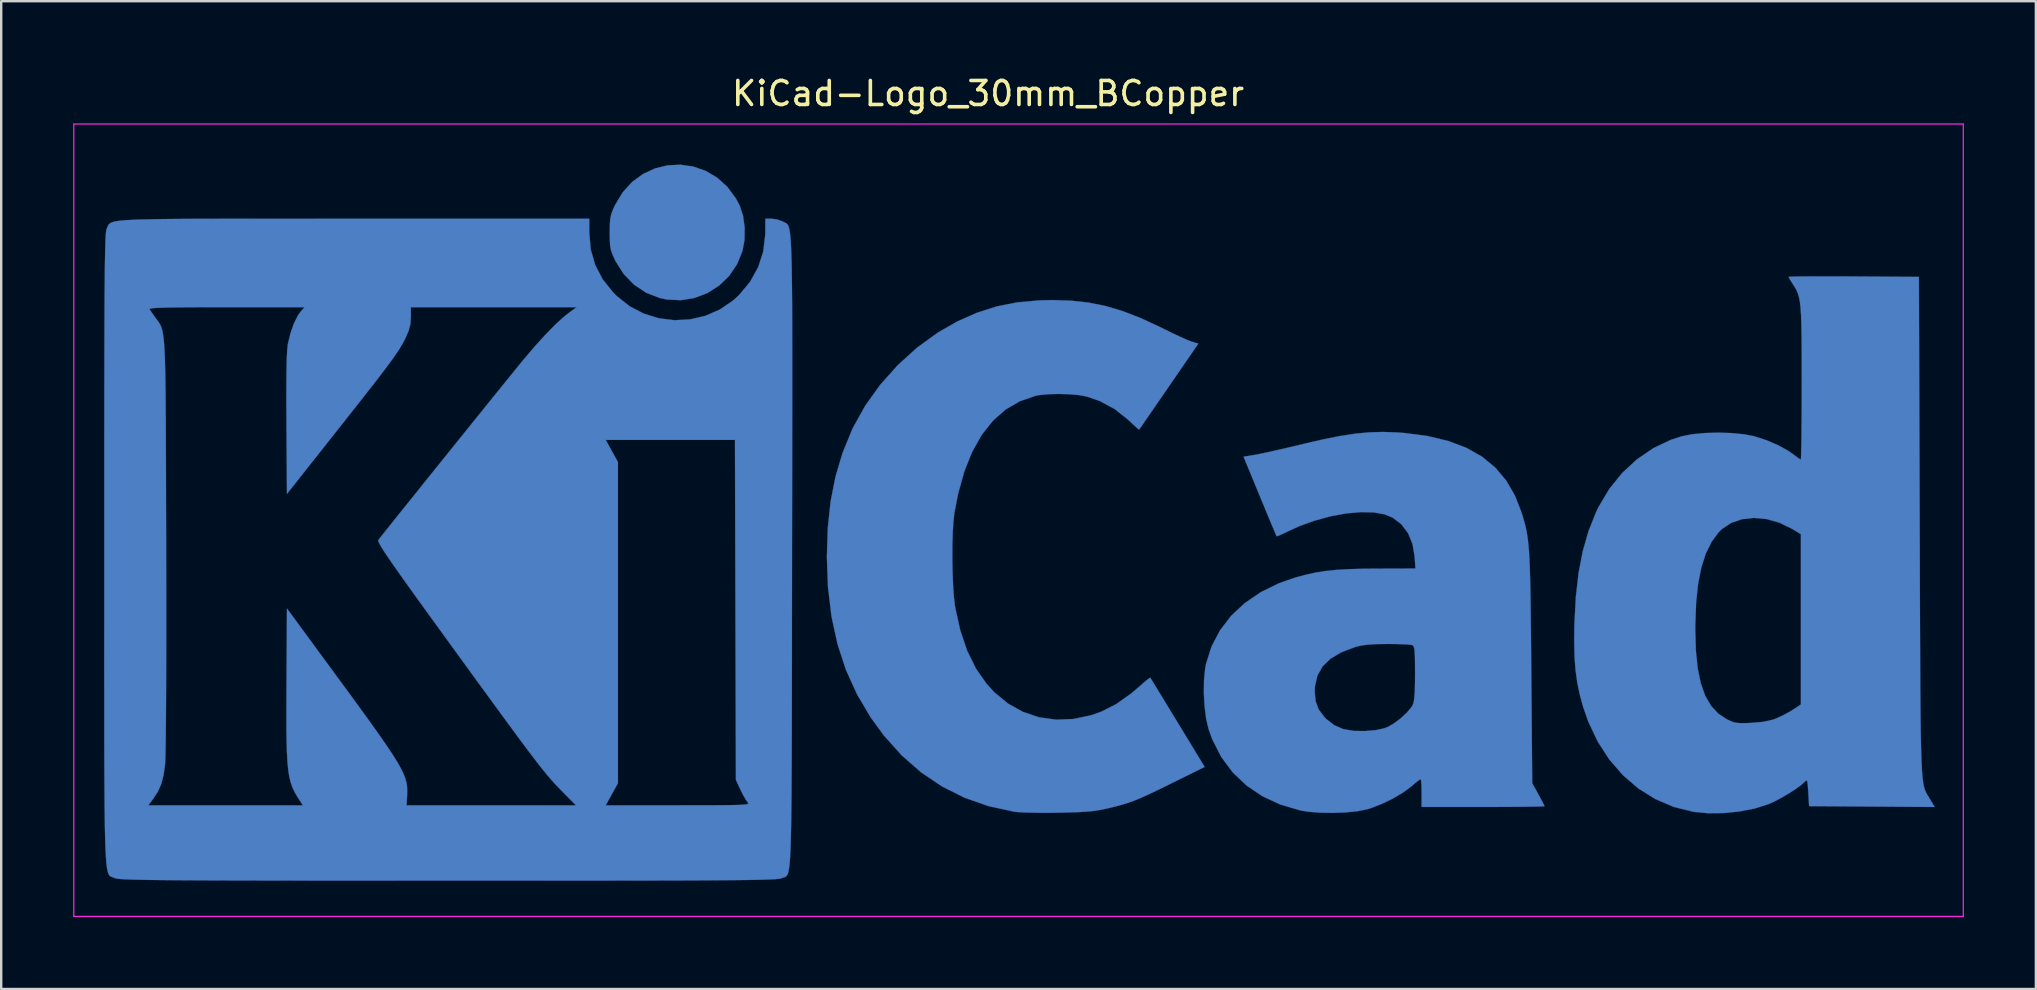
<source format=kicad_pcb>
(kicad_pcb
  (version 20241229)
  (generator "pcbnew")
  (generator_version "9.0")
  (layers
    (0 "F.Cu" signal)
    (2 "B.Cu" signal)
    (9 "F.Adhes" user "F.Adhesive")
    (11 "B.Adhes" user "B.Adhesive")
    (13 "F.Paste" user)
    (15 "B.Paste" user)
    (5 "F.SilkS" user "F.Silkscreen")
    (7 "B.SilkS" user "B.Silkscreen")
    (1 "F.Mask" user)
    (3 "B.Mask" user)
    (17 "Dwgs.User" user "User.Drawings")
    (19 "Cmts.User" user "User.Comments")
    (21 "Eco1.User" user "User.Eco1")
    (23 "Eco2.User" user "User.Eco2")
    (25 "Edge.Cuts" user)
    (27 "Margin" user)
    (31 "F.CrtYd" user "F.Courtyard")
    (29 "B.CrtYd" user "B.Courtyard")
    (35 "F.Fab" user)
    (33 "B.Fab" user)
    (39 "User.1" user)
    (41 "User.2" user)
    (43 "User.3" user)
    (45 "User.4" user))
  (footprint "KiCad-Logo_30mm_BCopper"
    (layer "F.Cu")
    (at 39.395 18.628)
    (property "Reference" "KiCad-Logo_30mm_BCopper" (at -1.27 -17.78 0) (layer "F.SilkS") (effects (font (size 1 1) (thickness 0.15))))
    (attr exclude_from_pos_files exclude_from_bom)
    (fp_poly (pts (xy -13.557 -14.738) (xy -13.044 -14.56) (xy -12.567 -14.28) (xy -12.141 -13.898) (xy -11.781 -13.415) (xy -11.619 -13.11) (xy -11.48 -12.683) (xy -11.412 -12.191) (xy -11.419 -11.684) (xy -11.503 -11.226) (xy -11.73 -10.665) (xy -12.061 -10.179) (xy -12.477 -9.777) (xy -12.961 -9.468) (xy -13.499 -9.262) (xy -14.071 -9.168) (xy -14.662 -9.197) (xy -14.953 -9.259) (xy -15.521 -9.48) (xy -16.025 -9.817) (xy -16.454 -10.26) (xy -16.795 -10.798) (xy -16.823 -10.856) (xy -16.923 -11.077) (xy -16.986 -11.263) (xy -17.02 -11.459) (xy -17.033 -11.71) (xy -17.036 -11.983) (xy -17.032 -12.311) (xy -17.015 -12.549) (xy -16.976 -12.741) (xy -16.906 -12.933) (xy -16.82 -13.122) (xy -16.498 -13.66) (xy -16.103 -14.095) (xy -15.648 -14.428) (xy -15.151 -14.659) (xy -14.626 -14.787) (xy -14.09 -14.814) (xy -13.557 -14.738)) (stroke (width 0.01) (type solid)) (fill yes) (layer "B.Cu"))
    (fp_poly (pts (xy 2.188 -9.148) (xy 2.924 -9.067) (xy 3.638 -8.923) (xy 4.357 -8.708) (xy 5.111 -8.414) (xy 5.93 -8.033) (xy 6.078 -7.959) (xy 6.416 -7.793) (xy 6.735 -7.643) (xy 7.003 -7.524) (xy 7.189 -7.45) (xy 7.218 -7.44) (xy 7.492 -7.358) (xy 6.265 -5.574) (xy 5.966 -5.138) (xy 5.691 -4.739) (xy 5.452 -4.392) (xy 5.257 -4.11) (xy 5.116 -3.905) (xy 5.038 -3.793) (xy 5.026 -3.775) (xy 4.974 -3.812) (xy 4.847 -3.924) (xy 4.668 -4.091) (xy 4.569 -4.185) (xy 4.007 -4.631) (xy 3.377 -4.97) (xy 2.834 -5.156) (xy 2.508 -5.215) (xy 2.099 -5.25) (xy 1.657 -5.262) (xy 1.228 -5.25) (xy 0.861 -5.213) (xy 0.715 -5.185) (xy 0.055 -4.958) (xy -0.539 -4.612) (xy -1.068 -4.146) (xy -1.53 -3.563) (xy -1.927 -2.861) (xy -2.256 -2.043) (xy -2.517 -1.108) (xy -2.673 -0.307) (xy -2.713 0.046) (xy -2.741 0.503) (xy -2.756 1.029) (xy -2.759 1.594) (xy -2.749 2.163) (xy -2.728 2.703) (xy -2.695 3.184) (xy -2.65 3.57) (xy -2.641 3.629) (xy -2.429 4.59) (xy -2.141 5.439) (xy -1.775 6.183) (xy -1.328 6.823) (xy -1.011 7.169) (xy -0.441 7.64) (xy 0.184 7.988) (xy 0.853 8.213) (xy 1.557 8.312) (xy 2.284 8.285) (xy 3.023 8.128) (xy 3.461 7.974) (xy 4.066 7.666) (xy 4.69 7.225) (xy 5.04 6.926) (xy 5.236 6.753) (xy 5.39 6.626) (xy 5.478 6.565) (xy 5.489 6.563) (xy 5.528 6.626) (xy 5.629 6.791) (xy 5.784 7.044) (xy 5.985 7.372) (xy 6.221 7.76) (xy 6.485 8.193) (xy 6.633 8.435) (xy 7.756 10.281) (xy 6.353 10.974) (xy 5.846 11.223) (xy 5.435 11.419) (xy 5.095 11.573) (xy 4.802 11.693) (xy 4.529 11.79) (xy 4.252 11.873) (xy 3.946 11.953) (xy 3.653 12.022) (xy 3.392 12.076) (xy 3.12 12.117) (xy 2.808 12.147) (xy 2.429 12.168) (xy 1.957 12.183) (xy 1.639 12.189) (xy 1.185 12.194) (xy 0.749 12.192) (xy 0.361 12.183) (xy 0.049 12.17) (xy -0.157 12.152) (xy -0.169 12.15) (xy -1.242 11.918) (xy -2.249 11.566) (xy -3.19 11.095) (xy -4.066 10.504) (xy -4.875 9.794) (xy -5.617 8.965) (xy -6.154 8.228) (xy -6.726 7.263) (xy -7.189 6.245) (xy -7.544 5.164) (xy -7.794 4.013) (xy -7.941 2.783) (xy -7.987 1.534) (xy -7.949 0.327) (xy -7.83 -0.788) (xy -7.625 -1.828) (xy -7.33 -2.812) (xy -6.943 -3.759) (xy -6.897 -3.857) (xy -6.387 -4.774) (xy -5.761 -5.647) (xy -5.037 -6.457) (xy -4.232 -7.187) (xy -3.364 -7.818) (xy -2.555 -8.281) (xy -1.738 -8.643) (xy -0.919 -8.906) (xy -0.066 -9.076) (xy 0.851 -9.16) (xy 1.4 -9.173) (xy 2.188 -9.148)) (stroke (width 0.01) (type solid)) (fill yes) (layer "B.Cu"))
    (fp_poly (pts (xy 34.027 -10.161) (xy 34.608 -10.159) (xy 34.806 -10.157) (xy 37.52 -10.14) (xy 37.554 0.273) (xy 37.558 1.685) (xy 37.562 2.967) (xy 37.566 4.126) (xy 37.57 5.168) (xy 37.574 6.1) (xy 37.578 6.929) (xy 37.584 7.661) (xy 37.59 8.303) (xy 37.598 8.861) (xy 37.607 9.342) (xy 37.618 9.753) (xy 37.631 10.101) (xy 37.646 10.392) (xy 37.664 10.632) (xy 37.685 10.828) (xy 37.709 10.988) (xy 37.736 11.117) (xy 37.766 11.222) (xy 37.801 11.31) (xy 37.84 11.388) (xy 37.883 11.462) (xy 37.931 11.538) (xy 37.983 11.624) (xy 37.994 11.642) (xy 38.175 11.951) (xy 35.56 11.933) (xy 32.945 11.915) (xy 32.911 11.34) (xy 32.892 11.065) (xy 32.873 10.905) (xy 32.847 10.842) (xy 32.807 10.855) (xy 32.774 10.891) (xy 32.63 11.024) (xy 32.396 11.195) (xy 32.105 11.383) (xy 31.788 11.568) (xy 31.481 11.73) (xy 31.244 11.836) (xy 30.691 12.011) (xy 30.056 12.136) (xy 29.386 12.204) (xy 28.728 12.211) (xy 28.129 12.154) (xy 28.12 12.152) (xy 27.301 11.947) (xy 26.534 11.619) (xy 25.827 11.177) (xy 25.187 10.627) (xy 24.622 9.976) (xy 24.139 9.231) (xy 23.745 8.4) (xy 23.53 7.784) (xy 23.388 7.269) (xy 23.284 6.77) (xy 23.212 6.257) (xy 23.171 5.699) (xy 23.156 5.068) (xy 23.162 4.552) (xy 28.201 4.552) (xy 28.225 5.417) (xy 28.3 6.161) (xy 28.429 6.791) (xy 28.614 7.314) (xy 28.857 7.735) (xy 29.161 8.062) (xy 29.511 8.293) (xy 29.694 8.38) (xy 29.852 8.432) (xy 30.029 8.455) (xy 30.266 8.457) (xy 30.521 8.448) (xy 31.023 8.404) (xy 31.42 8.317) (xy 31.545 8.274) (xy 31.83 8.145) (xy 32.131 7.984) (xy 32.262 7.903) (xy 32.603 7.68) (xy 32.603 0.582) (xy 32.228 0.357) (xy 31.704 0.102) (xy 31.169 -0.048) (xy 30.642 -0.096) (xy 30.143 -0.041) (xy 29.691 0.115) (xy 29.307 0.372) (xy 29.182 0.495) (xy 28.883 0.898) (xy 28.641 1.386) (xy 28.454 1.968) (xy 28.319 2.651) (xy 28.236 3.444) (xy 28.202 4.355) (xy 28.201 4.552) (xy 23.162 4.552) (xy 23.165 4.337) (xy 23.223 3.213) (xy 23.338 2.199) (xy 23.515 1.281) (xy 23.757 0.443) (xy 24.065 -0.329) (xy 24.175 -0.558) (xy 24.619 -1.304) (xy 25.155 -1.967) (xy 25.771 -2.537) (xy 26.454 -3.002) (xy 27.191 -3.352) (xy 27.634 -3.496) (xy 28.068 -3.581) (xy 28.591 -3.632) (xy 29.158 -3.649) (xy 29.725 -3.63) (xy 30.25 -3.577) (xy 30.671 -3.494) (xy 31.172 -3.331) (xy 31.658 -3.122) (xy 32.083 -2.887) (xy 32.309 -2.727) (xy 32.465 -2.609) (xy 32.575 -2.537) (xy 32.599 -2.526) (xy 32.607 -2.592) (xy 32.614 -2.782) (xy 32.621 -3.081) (xy 32.627 -3.476) (xy 32.631 -3.955) (xy 32.635 -4.504) (xy 32.637 -5.108) (xy 32.638 -5.725) (xy 32.637 -6.514) (xy 32.635 -7.179) (xy 32.631 -7.733) (xy 32.622 -8.189) (xy 32.609 -8.559) (xy 32.589 -8.857) (xy 32.562 -9.094) (xy 32.526 -9.283) (xy 32.481 -9.438) (xy 32.426 -9.571) (xy 32.358 -9.695) (xy 32.277 -9.822) (xy 32.267 -9.837) (xy 32.163 -10.002) (xy 32.1 -10.115) (xy 32.091 -10.139) (xy 32.157 -10.146) (xy 32.345 -10.152) (xy 32.641 -10.157) (xy 33.029 -10.16) (xy 33.496 -10.161) (xy 34.027 -10.161)) (stroke (width 0.01) (type solid)) (fill yes) (layer "B.Cu"))
    (fp_poly (pts (xy 15.752 -3.659) (xy 16.091 -3.633) (xy 17.059 -3.505) (xy 17.916 -3.299) (xy 18.666 -3.014) (xy 19.315 -2.647) (xy 19.865 -2.195) (xy 20.321 -1.655) (xy 20.687 -1.024) (xy 20.954 -0.341) (xy 21.022 -0.124) (xy 21.081 0.08) (xy 21.132 0.281) (xy 21.176 0.49) (xy 21.213 0.719) (xy 21.244 0.977) (xy 21.27 1.277) (xy 21.291 1.628) (xy 21.308 2.042) (xy 21.322 2.531) (xy 21.334 3.104) (xy 21.343 3.774) (xy 21.352 4.55) (xy 21.36 5.444) (xy 21.366 6.145) (xy 21.406 10.959) (xy 21.662 11.422) (xy 21.783 11.645) (xy 21.873 11.819) (xy 21.916 11.911) (xy 21.918 11.917) (xy 21.852 11.924) (xy 21.665 11.931) (xy 21.37 11.937) (xy 20.985 11.942) (xy 20.522 11.945) (xy 19.997 11.948) (xy 19.425 11.949) (xy 19.357 11.949) (xy 16.797 11.949) (xy 16.797 11.369) (xy 16.792 11.106) (xy 16.781 10.906) (xy 16.764 10.798) (xy 16.757 10.788) (xy 16.689 10.83) (xy 16.549 10.939) (xy 16.368 11.093) (xy 16.364 11.097) (xy 16.033 11.343) (xy 15.615 11.59) (xy 15.158 11.814) (xy 14.708 11.991) (xy 14.509 12.051) (xy 14.115 12.128) (xy 13.631 12.177) (xy 13.102 12.197) (xy 12.572 12.188) (xy 12.085 12.15) (xy 11.744 12.095) (xy 10.909 11.849) (xy 10.157 11.5) (xy 9.493 11.05) (xy 8.922 10.505) (xy 8.449 9.868) (xy 8.079 9.145) (xy 7.92 8.706) (xy 7.82 8.279) (xy 7.753 7.767) (xy 7.723 7.216) (xy 7.724 7.136) (xy 12.342 7.136) (xy 12.38 7.545) (xy 12.507 7.885) (xy 12.743 8.201) (xy 12.834 8.293) (xy 13.155 8.543) (xy 13.527 8.703) (xy 13.973 8.781) (xy 14.442 8.786) (xy 14.887 8.749) (xy 15.228 8.675) (xy 15.376 8.62) (xy 15.642 8.469) (xy 15.925 8.256) (xy 16.183 8.018) (xy 16.375 7.789) (xy 16.426 7.705) (xy 16.466 7.588) (xy 16.494 7.401) (xy 16.513 7.126) (xy 16.522 6.747) (xy 16.524 6.385) (xy 16.522 5.964) (xy 16.517 5.659) (xy 16.506 5.452) (xy 16.487 5.321) (xy 16.458 5.247) (xy 16.417 5.21) (xy 16.404 5.204) (xy 16.294 5.186) (xy 16.077 5.171) (xy 15.781 5.161) (xy 15.438 5.157) (xy 15.363 5.157) (xy 14.903 5.164) (xy 14.549 5.186) (xy 14.266 5.225) (xy 14.034 5.283) (xy 13.456 5.501) (xy 13.002 5.77) (xy 12.67 6.093) (xy 12.455 6.475) (xy 12.352 6.92) (xy 12.342 7.136) (xy 7.724 7.136) (xy 7.729 6.675) (xy 7.776 6.189) (xy 7.812 5.993) (xy 8.042 5.265) (xy 8.392 4.595) (xy 8.855 3.99) (xy 9.424 3.456) (xy 10.094 2.999) (xy 10.857 2.626) (xy 11.505 2.399) (xy 11.939 2.28) (xy 12.353 2.188) (xy 12.776 2.119) (xy 13.233 2.071) (xy 13.752 2.04) (xy 14.36 2.023) (xy 14.91 2.019) (xy 16.539 2.014) (xy 16.508 1.524) (xy 16.419 0.993) (xy 16.231 0.536) (xy 15.95 0.166) (xy 15.586 -0.108) (xy 15.265 -0.241) (xy 14.806 -0.325) (xy 14.258 -0.337) (xy 13.65 -0.282) (xy 13.004 -0.163) (xy 12.348 0.014) (xy 11.708 0.245) (xy 11.242 0.457) (xy 11.018 0.566) (xy 10.847 0.641) (xy 10.76 0.671) (xy 10.756 0.67) (xy 10.726 0.604) (xy 10.651 0.428) (xy 10.538 0.16) (xy 10.394 -0.185) (xy 10.227 -0.588) (xy 10.057 -0.999) (xy 9.377 -2.647) (xy 9.861 -2.726) (xy 10.07 -2.766) (xy 10.385 -2.833) (xy 10.779 -2.921) (xy 11.224 -3.024) (xy 11.694 -3.135) (xy 11.881 -3.181) (xy 12.69 -3.368) (xy 13.398 -3.509) (xy 14.032 -3.606) (xy 14.618 -3.661) (xy 15.183 -3.678) (xy 15.752 -3.659)) (stroke (width 0.01) (type solid)) (fill yes) (layer "B.Cu"))
    (fp_poly (pts (xy -29.619 -12.564) (xy -28.303 -12.563) (xy -27.691 -12.563) (xy -17.889 -12.563) (xy -17.889 -11.986) (xy -17.828 -11.283) (xy -17.641 -10.634) (xy -17.329 -10.036) (xy -16.889 -9.486) (xy -16.74 -9.337) (xy -16.205 -8.915) (xy -15.614 -8.607) (xy -14.986 -8.414) (xy -14.338 -8.334) (xy -13.688 -8.368) (xy -13.053 -8.516) (xy -12.451 -8.777) (xy -11.899 -9.152) (xy -11.651 -9.377) (xy -11.189 -9.932) (xy -10.851 -10.541) (xy -10.638 -11.198) (xy -10.555 -11.897) (xy -10.554 -11.966) (xy -10.549 -12.563) (xy -10.287 -12.563) (xy -10.054 -12.532) (xy -9.841 -12.455) (xy -9.827 -12.447) (xy -9.779 -12.422) (xy -9.735 -12.403) (xy -9.694 -12.383) (xy -9.658 -12.358) (xy -9.624 -12.321) (xy -9.594 -12.267) (xy -9.567 -12.19) (xy -9.543 -12.085) (xy -9.522 -11.946) (xy -9.504 -11.767) (xy -9.488 -11.543) (xy -9.474 -11.267) (xy -9.463 -10.935) (xy -9.453 -10.541) (xy -9.446 -10.078) (xy -9.44 -9.542) (xy -9.435 -8.927) (xy -9.432 -8.226) (xy -9.431 -7.435) (xy -9.43 -6.548) (xy -9.43 -5.558) (xy -9.431 -4.461) (xy -9.432 -3.251) (xy -9.434 -1.922) (xy -9.436 -0.468) (xy -9.439 1.116) (xy -9.439 1.309) (xy -9.441 2.903) (xy -9.443 4.366) (xy -9.444 5.704) (xy -9.446 6.923) (xy -9.448 8.027) (xy -9.45 9.023) (xy -9.453 9.917) (xy -9.457 10.714) (xy -9.461 11.419) (xy -9.467 12.038) (xy -9.474 12.578) (xy -9.483 13.043) (xy -9.493 13.44) (xy -9.505 13.773) (xy -9.52 14.049) (xy -9.536 14.273) (xy -9.555 14.451) (xy -9.577 14.589) (xy -9.601 14.692) (xy -9.628 14.766) (xy -9.659 14.816) (xy -9.692 14.849) (xy -9.73 14.869) (xy -9.771 14.883) (xy -9.815 14.896) (xy -9.864 14.914) (xy -9.876 14.919) (xy -9.914 14.931) (xy -9.976 14.942) (xy -10.07 14.953) (xy -10.2 14.962) (xy -10.371 14.97) (xy -10.59 14.978) (xy -10.861 14.985) (xy -11.19 14.991) (xy -11.584 14.996) (xy -12.046 15.001) (xy -12.582 15.005) (xy -13.199 15.009) (xy -13.902 15.012) (xy -14.695 15.014) (xy -15.585 15.016) (xy -16.577 15.017) (xy -17.676 15.019) (xy -18.889 15.019) (xy -20.22 15.02) (xy -21.674 15.02) (xy -23.258 15.02) (xy -23.772 15.02) (xy -25.391 15.02) (xy -26.879 15.019) (xy -28.242 15.019) (xy -29.485 15.018) (xy -30.613 15.017) (xy -31.633 15.015) (xy -32.549 15.013) (xy -33.368 15.011) (xy -34.094 15.008) (xy -34.734 15.005) (xy -35.293 15.001) (xy -35.776 14.996) (xy -36.189 14.991) (xy -36.538 14.986) (xy -36.828 14.979) (xy -37.064 14.972) (xy -37.253 14.964) (xy -37.399 14.955) (xy -37.508 14.945) (xy -37.587 14.934) (xy -37.64 14.922) (xy -37.668 14.911) (xy -37.72 14.89) (xy -37.766 14.874) (xy -37.809 14.858) (xy -37.849 14.836) (xy -37.884 14.804) (xy -37.916 14.754) (xy -37.945 14.682) (xy -37.97 14.581) (xy -37.993 14.447) (xy -38.013 14.273) (xy -38.03 14.054) (xy -38.045 13.784) (xy -38.058 13.458) (xy -38.068 13.069) (xy -38.077 12.613) (xy -38.084 12.084) (xy -38.086 11.881) (xy -36.263 11.881) (xy -29.822 11.881) (xy -29.946 11.693) (xy -30.07 11.5) (xy -30.174 11.316) (xy -30.261 11.129) (xy -30.332 10.925) (xy -30.389 10.692) (xy -30.433 10.416) (xy -30.465 10.086) (xy -30.487 9.687) (xy -30.501 9.208) (xy -30.508 8.635) (xy -30.509 7.955) (xy -30.506 7.156) (xy -30.505 6.86) (xy -30.487 3.68) (xy -28.473 6.423) (xy -27.902 7.2) (xy -27.408 7.878) (xy -26.984 8.464) (xy -26.626 8.967) (xy -26.329 9.397) (xy -26.086 9.762) (xy -25.893 10.071) (xy -25.744 10.334) (xy -25.633 10.559) (xy -25.557 10.755) (xy -25.508 10.931) (xy -25.483 11.097) (xy -25.475 11.261) (xy -25.479 11.432) (xy -25.48 11.453) (xy -25.502 11.881) (xy -21.973 11.881) (xy -18.444 11.881) (xy -18.969 11.351) (xy -19.111 11.206) (xy -19.246 11.066) (xy -19.38 10.921) (xy -19.519 10.764) (xy -19.667 10.589) (xy -19.833 10.386) (xy -20.02 10.148) (xy -20.236 9.867) (xy -20.486 9.536) (xy -20.776 9.147) (xy -21.112 8.691) (xy -21.501 8.162) (xy -21.947 7.551) (xy -22.457 6.851) (xy -23.037 6.054) (xy -23.512 5.4) (xy -24.108 4.578) (xy -24.629 3.86) (xy -25.078 3.238) (xy -25.46 2.706) (xy -25.78 2.256) (xy -26.043 1.882) (xy -26.253 1.578) (xy -26.416 1.336) (xy -26.535 1.149) (xy -26.616 1.011) (xy -26.663 0.915) (xy -26.682 0.854) (xy -26.676 0.822) (xy -26.61 0.736) (xy -26.466 0.555) (xy -26.254 0.29) (xy -25.982 -0.05) (xy -25.66 -0.453) (xy -25.294 -0.908) (xy -24.895 -1.405) (xy -24.47 -1.933) (xy -24.029 -2.482) (xy -23.58 -3.039) (xy -23.334 -3.346) (xy -17.204 -3.346) (xy -16.949 -2.885) (xy -16.694 -2.424) (xy -16.694 10.959) (xy -16.949 11.42) (xy -17.204 11.881) (xy -14.19 11.881) (xy -13.471 11.88) (xy -12.877 11.879) (xy -12.396 11.877) (xy -12.018 11.873) (xy -11.731 11.868) (xy -11.524 11.859) (xy -11.385 11.847) (xy -11.304 11.832) (xy -11.267 11.812) (xy -11.265 11.788) (xy -11.286 11.76) (xy -11.286 11.759) (xy -11.373 11.635) (xy -11.487 11.432) (xy -11.587 11.23) (xy -11.778 10.822) (xy -11.798 3.738) (xy -11.817 -3.346) (xy -17.204 -3.346) (xy -23.334 -3.346) (xy -23.132 -3.595) (xy -22.694 -4.14) (xy -22.273 -4.661) (xy -21.88 -5.149) (xy -21.521 -5.592) (xy -21.207 -5.98) (xy -20.946 -6.302) (xy -20.746 -6.548) (xy -20.628 -6.691) (xy -20.172 -7.227) (xy -19.734 -7.71) (xy -19.328 -8.126) (xy -18.97 -8.457) (xy -18.715 -8.66) (xy -18.415 -8.876) (xy -25.325 -8.876) (xy -25.323 -8.471) (xy -25.342 -8.173) (xy -25.415 -7.896) (xy -25.527 -7.634) (xy -25.6 -7.486) (xy -25.679 -7.34) (xy -25.77 -7.185) (xy -25.881 -7.012) (xy -26.019 -6.811) (xy -26.191 -6.572) (xy -26.405 -6.286) (xy -26.667 -5.943) (xy -26.985 -5.533) (xy -27.366 -5.047) (xy -27.817 -4.475) (xy -28.345 -3.806) (xy -28.404 -3.731) (xy -30.487 -1.097) (xy -30.507 -4.014) (xy -30.511 -4.887) (xy -30.51 -5.627) (xy -30.504 -6.235) (xy -30.494 -6.714) (xy -30.478 -7.066) (xy -30.457 -7.294) (xy -30.45 -7.337) (xy -30.339 -7.792) (xy -30.194 -8.203) (xy -30.029 -8.533) (xy -29.929 -8.673) (xy -29.758 -8.876) (xy -33.011 -8.876) (xy -33.787 -8.876) (xy -34.436 -8.874) (xy -34.968 -8.87) (xy -35.391 -8.864) (xy -35.715 -8.856) (xy -35.95 -8.845) (xy -36.106 -8.831) (xy -36.191 -8.815) (xy -36.215 -8.795) (xy -36.213 -8.791) (xy -36.144 -8.687) (xy -36.029 -8.522) (xy -35.969 -8.438) (xy -35.908 -8.355) (xy -35.852 -8.281) (xy -35.803 -8.208) (xy -35.759 -8.129) (xy -35.72 -8.037) (xy -35.686 -7.924) (xy -35.657 -7.784) (xy -35.632 -7.608) (xy -35.61 -7.39) (xy -35.592 -7.122) (xy -35.577 -6.797) (xy -35.565 -6.408) (xy -35.555 -5.947) (xy -35.547 -5.406) (xy -35.541 -4.779) (xy -35.536 -4.058) (xy -35.533 -3.236) (xy -35.53 -2.306) (xy -35.527 -1.26) (xy -35.524 -0.091) (xy -35.521 0.983) (xy -35.519 2.181) (xy -35.517 3.323) (xy -35.517 4.404) (xy -35.518 5.414) (xy -35.52 6.348) (xy -35.524 7.198) (xy -35.528 7.956) (xy -35.533 8.615) (xy -35.539 9.169) (xy -35.546 9.609) (xy -35.554 9.928) (xy -35.563 10.12) (xy -35.564 10.14) (xy -35.625 10.604) (xy -35.719 10.977) (xy -35.863 11.302) (xy -36.071 11.624) (xy -36.097 11.659) (xy -36.263 11.881) (xy -38.086 11.881) (xy -38.089 11.475) (xy -38.094 10.782) (xy -38.097 9.999) (xy -38.099 9.119) (xy -38.1 8.138) (xy -38.1 7.05) (xy -38.101 5.848) (xy -38.1 4.529) (xy -38.1 3.085) (xy -38.1 1.511) (xy -38.1 1.198) (xy -38.1 -0.392) (xy -38.1 -1.852) (xy -38.099 -3.186) (xy -38.098 -4.4) (xy -38.097 -5.5) (xy -38.095 -6.492) (xy -38.094 -7.381) (xy -38.091 -8.172) (xy -38.088 -8.872) (xy -38.085 -9.486) (xy -38.08 -10.019) (xy -38.076 -10.477) (xy -38.07 -10.866) (xy -38.064 -11.191) (xy -38.057 -11.458) (xy -38.049 -11.673) (xy -38.041 -11.841) (xy -38.031 -11.967) (xy -38.021 -12.058) (xy -38.009 -12.119) (xy -37.997 -12.155) (xy -37.996 -12.156) (xy -37.971 -12.211) (xy -37.949 -12.262) (xy -37.926 -12.307) (xy -37.893 -12.347) (xy -37.845 -12.383) (xy -37.775 -12.415) (xy -37.677 -12.443) (xy -37.543 -12.467) (xy -37.368 -12.488) (xy -37.144 -12.505) (xy -36.866 -12.52) (xy -36.526 -12.532) (xy -36.118 -12.541) (xy -35.635 -12.549) (xy -35.072 -12.555) (xy -34.421 -12.559) (xy -33.675 -12.561) (xy -32.829 -12.563) (xy -31.875 -12.564) (xy -30.807 -12.564) (xy -29.619 -12.564)) (stroke (width 0.01) (type solid)) (fill yes) (layer "B.Cu"))
    (fp_line (start -39.37 -16.51) (end 39.37 -16.51) (stroke (width 0.05) (type solid)) (layer "F.CrtYd"))
    (fp_line (start -39.37 16.51) (end -39.37 -16.51) (stroke (width 0.05) (type solid)) (layer "F.CrtYd"))
    (fp_line (start 39.37 -16.51) (end 39.37 16.51) (stroke (width 0.05) (type solid)) (layer "F.CrtYd"))
    (fp_line (start 39.37 16.51) (end -39.37 16.51) (stroke (width 0.05) (type solid)) (layer "F.CrtYd")))
  (gr_rect
    (start -3 -3)
    (end 81.79 38.163)
    (stroke (width 0.1) (type default))
    (fill no)
    (layer "Edge.Cuts")))
</source>
